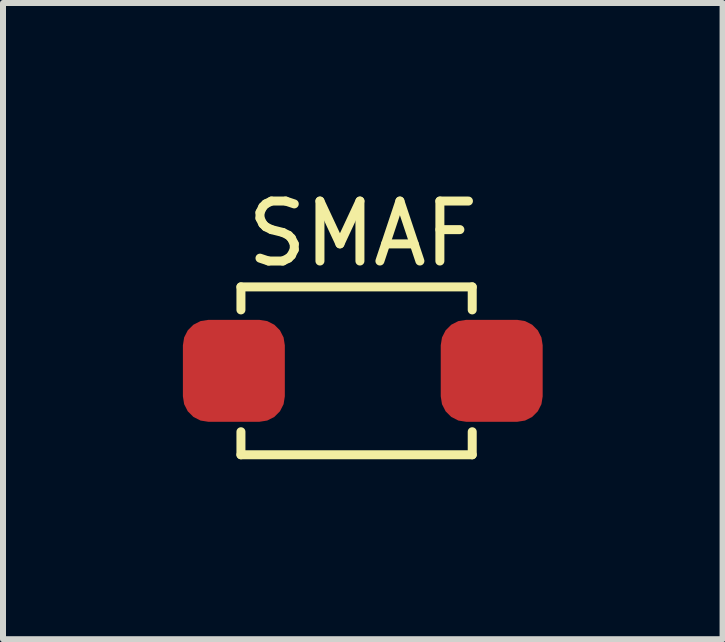
<source format=kicad_pcb>
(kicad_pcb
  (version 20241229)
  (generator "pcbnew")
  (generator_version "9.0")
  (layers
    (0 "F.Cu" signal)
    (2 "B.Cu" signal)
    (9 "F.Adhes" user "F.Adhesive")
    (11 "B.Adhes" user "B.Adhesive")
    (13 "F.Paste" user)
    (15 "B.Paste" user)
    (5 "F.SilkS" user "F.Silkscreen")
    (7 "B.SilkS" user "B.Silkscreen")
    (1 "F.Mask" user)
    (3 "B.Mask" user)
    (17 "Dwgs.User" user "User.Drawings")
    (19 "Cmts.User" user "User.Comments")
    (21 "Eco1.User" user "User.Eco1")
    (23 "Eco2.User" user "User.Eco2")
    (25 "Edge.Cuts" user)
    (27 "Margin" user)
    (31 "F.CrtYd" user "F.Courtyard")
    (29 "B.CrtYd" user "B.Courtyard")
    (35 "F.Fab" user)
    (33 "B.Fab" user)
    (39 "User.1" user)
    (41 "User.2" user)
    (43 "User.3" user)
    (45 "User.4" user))
  (footprint "SMAF"
    (layer "F.Cu")
    (at 3 3.134)
    (property "Reference" "SMAF" (at 0 -2.286 0) (layer "F.SilkS") (effects (font (size 1 1) (thickness 0.15))))
    (attr through_hole)
    (fp_line (start -2.032 -1.4) (end -2.032 -1.016) (stroke (width 0.15) (type solid)) (layer "F.SilkS"))
    (fp_line (start -2.032 -1.4) (end 1.825 -1.4) (stroke (width 0.15) (type solid)) (layer "F.SilkS"))
    (fp_line (start -2.032 1.016) (end -2.032 1.4) (stroke (width 0.15) (type solid)) (layer "F.SilkS"))
    (fp_line (start -2.032 1.4) (end 1.825 1.4) (stroke (width 0.15) (type solid)) (layer "F.SilkS"))
    (fp_line (start 1.825 -1.016) (end 1.825 -1.4) (stroke (width 0.15) (type solid)) (layer "F.SilkS"))
    (fp_line (start 1.825 1.4) (end 1.825 1.016) (stroke (width 0.15) (type solid)) (layer "F.SilkS"))
    (pad "1" smd roundrect (at -2.15 0) (size 1.7 1.7) (layers "F.Cu" "F.Mask" "F.Paste") (roundrect_rratio 0.25))
    (pad "2" smd roundrect (at 2.15 0) (size 1.7 1.7) (layers "F.Cu" "F.Mask" "F.Paste") (roundrect_rratio 0.25)))
  (gr_rect
    (start -3 -3)
    (end 9 7.609)
    (stroke (width 0.1) (type default))
    (fill no)
    (layer "Edge.Cuts")))
</source>
